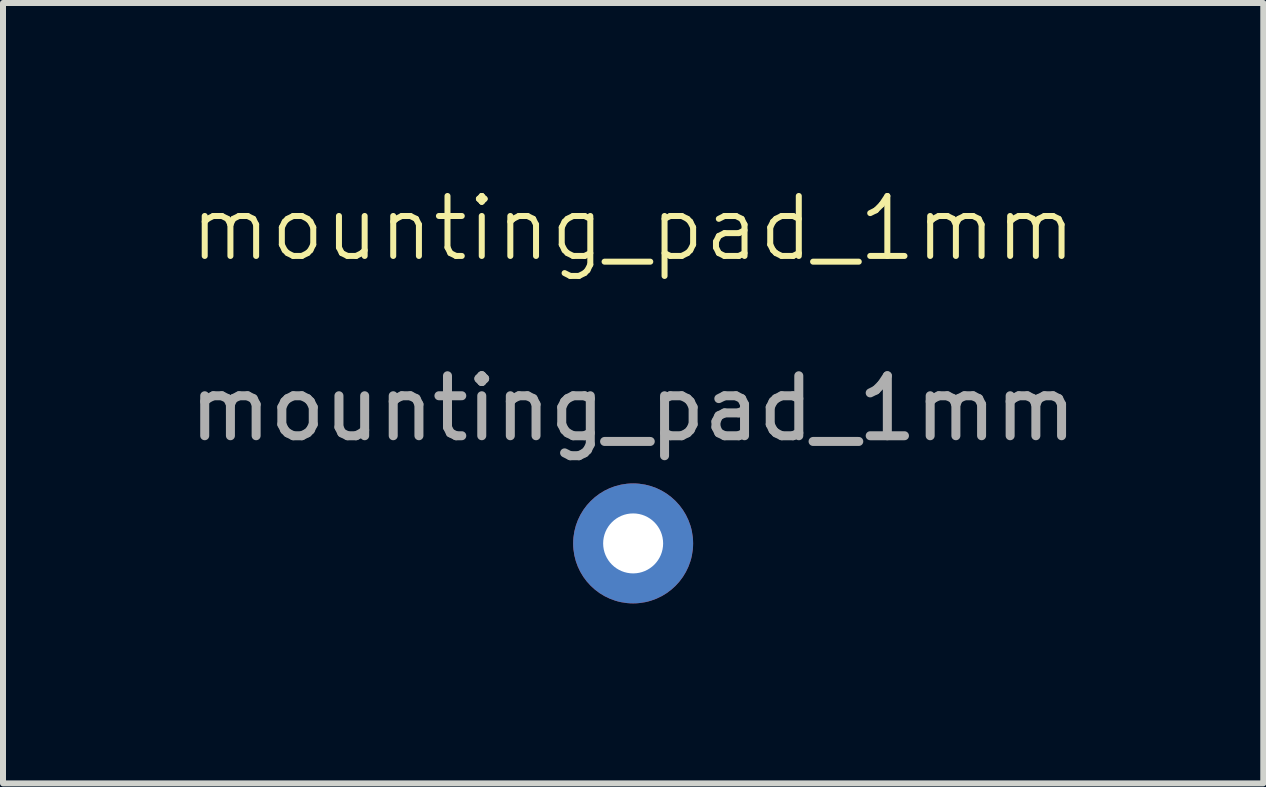
<source format=kicad_pcb>
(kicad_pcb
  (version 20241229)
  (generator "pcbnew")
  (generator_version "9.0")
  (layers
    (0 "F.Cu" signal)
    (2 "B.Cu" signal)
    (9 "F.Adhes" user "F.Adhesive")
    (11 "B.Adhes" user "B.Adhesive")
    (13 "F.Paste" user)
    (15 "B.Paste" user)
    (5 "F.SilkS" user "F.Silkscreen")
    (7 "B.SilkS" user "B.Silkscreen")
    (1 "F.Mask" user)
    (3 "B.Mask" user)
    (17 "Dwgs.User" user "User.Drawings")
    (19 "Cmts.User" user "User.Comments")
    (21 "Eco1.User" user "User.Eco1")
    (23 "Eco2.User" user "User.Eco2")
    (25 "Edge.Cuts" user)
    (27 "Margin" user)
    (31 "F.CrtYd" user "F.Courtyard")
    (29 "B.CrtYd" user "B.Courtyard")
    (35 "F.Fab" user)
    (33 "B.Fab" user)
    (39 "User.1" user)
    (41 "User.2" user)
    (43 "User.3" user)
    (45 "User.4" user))
  (footprint "mounting_pad_1mm"
    (layer "F.Cu")
    (at 7.506 1.26)
    (property "Reference" "mounting_pad_1mm" (at 0 -0.5 0) (unlocked yes) (layer "F.SilkS") (effects (font (size 1 1) (thickness 0.1))))
    (attr through_hole)
    (fp_text user "${REFERENCE}" (at 0 2.5 0) (unlocked yes) (layer "F.Fab") (effects (font (size 1 1) (thickness 0.15))))
    (pad "1" thru_hole circle (at 0 4.75) (size 2 2) (drill 1) (layers "*.Cu" "*.Mask")))
  (gr_rect
    (start -3 -3)
    (end 18.012 10.011)
    (stroke (width 0.1) (type default))
    (fill no)
    (layer "Edge.Cuts")))
</source>
